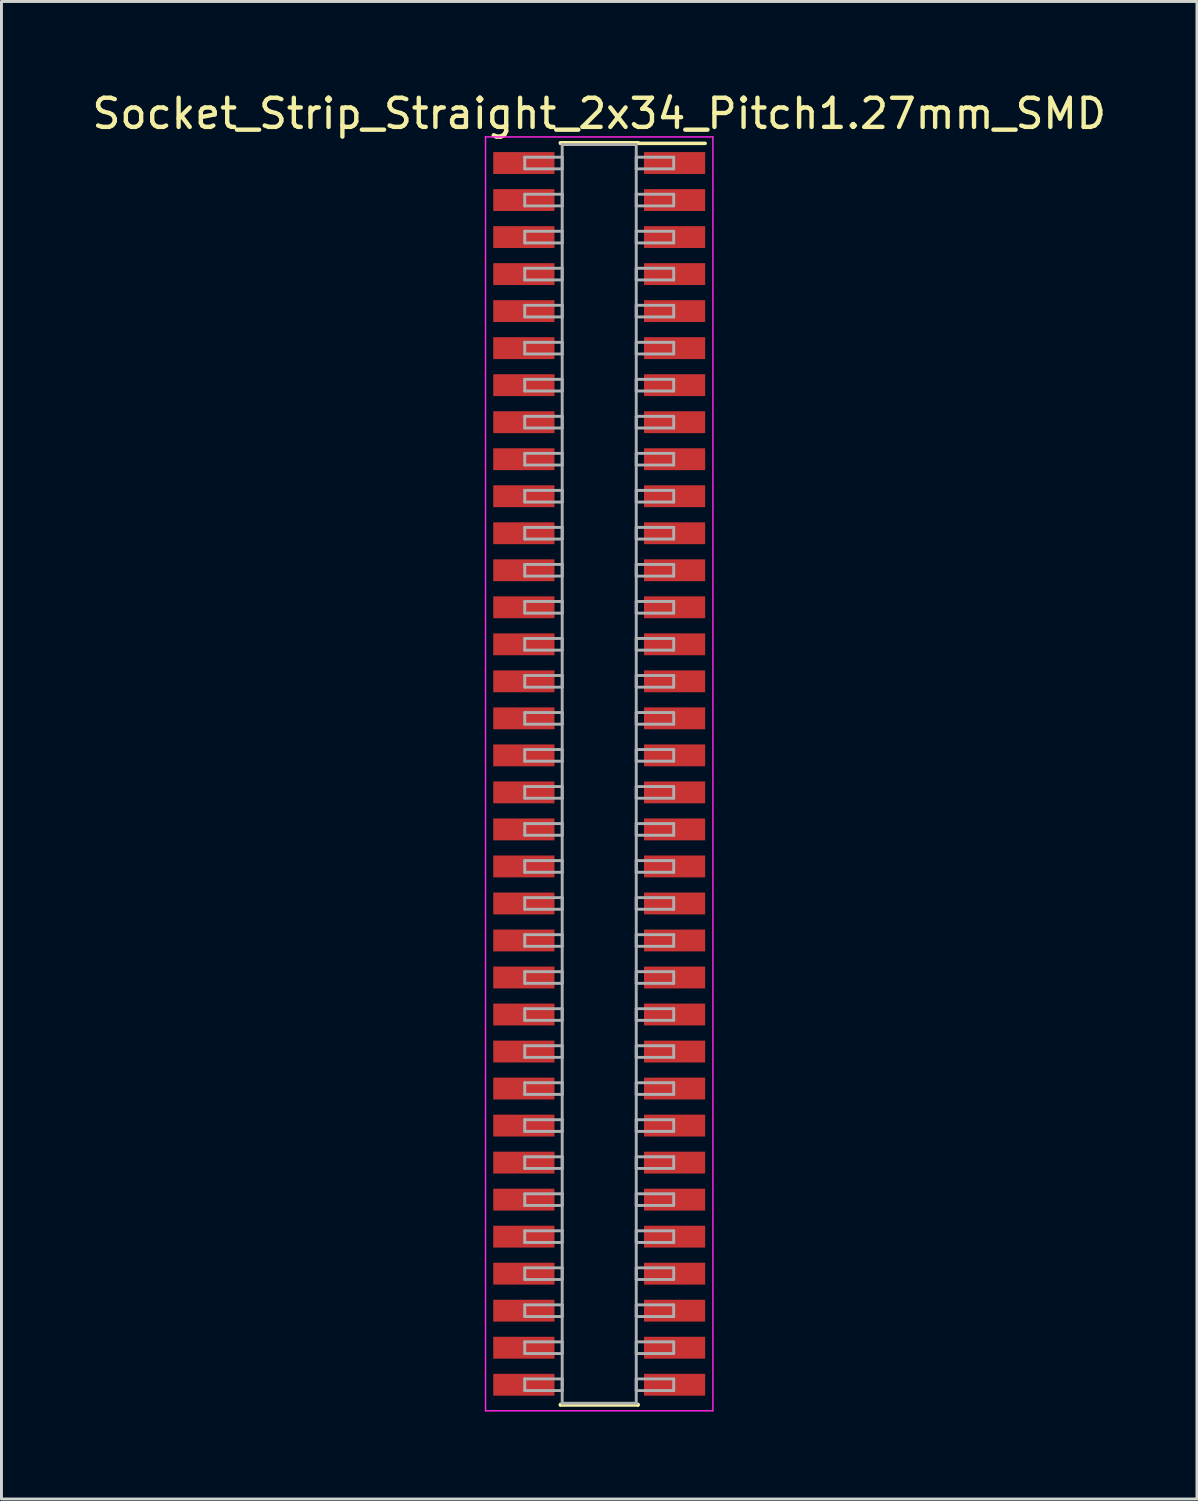
<source format=kicad_pcb>
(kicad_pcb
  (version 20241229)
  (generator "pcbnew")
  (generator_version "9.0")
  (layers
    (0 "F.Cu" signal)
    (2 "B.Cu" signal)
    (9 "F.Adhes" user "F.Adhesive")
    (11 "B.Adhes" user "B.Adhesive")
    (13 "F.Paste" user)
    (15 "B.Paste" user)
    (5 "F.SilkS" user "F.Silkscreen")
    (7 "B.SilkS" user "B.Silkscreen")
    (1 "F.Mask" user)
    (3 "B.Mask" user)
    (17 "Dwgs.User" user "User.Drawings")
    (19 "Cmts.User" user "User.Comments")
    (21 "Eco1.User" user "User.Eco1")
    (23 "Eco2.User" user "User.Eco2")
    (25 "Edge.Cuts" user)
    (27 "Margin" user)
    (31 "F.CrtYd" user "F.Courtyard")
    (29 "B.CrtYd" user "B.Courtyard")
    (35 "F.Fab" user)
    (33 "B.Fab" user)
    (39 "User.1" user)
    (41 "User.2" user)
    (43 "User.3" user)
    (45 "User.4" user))
  (footprint "Socket_Strip_Straight_2x34_Pitch1.27mm_SMD"
    (layer "F.Cu")
    (at 17.506 23.498)
    (property "Reference" "Socket_Strip_Straight_2x34_Pitch1.27mm_SMD" (at 0 -22.65 0) (layer "F.SilkS") (effects (font (size 1 1) (thickness 0.15))))
    (attr smd)
    (fp_line (start -1.33 -21.65) (end 1.33 -21.65) (stroke (width 0.12) (type solid)) (layer "F.SilkS"))
    (fp_line (start -1.33 -21.63) (end -1.33 -21.65) (stroke (width 0.12) (type solid)) (layer "F.SilkS"))
    (fp_line (start -1.33 21.63) (end -1.33 21.65) (stroke (width 0.12) (type solid)) (layer "F.SilkS"))
    (fp_line (start -1.33 21.65) (end 1.33 21.65) (stroke (width 0.12) (type solid)) (layer "F.SilkS"))
    (fp_line (start 1.33 -21.65) (end 1.33 -21.63) (stroke (width 0.12) (type solid)) (layer "F.SilkS"))
    (fp_line (start 1.33 21.65) (end 1.33 21.63) (stroke (width 0.12) (type solid)) (layer "F.SilkS"))
    (fp_line (start 3.635 -21.63) (end 1.33 -21.63) (stroke (width 0.12) (type solid)) (layer "F.SilkS"))
    (fp_line (start -3.9 -21.85) (end -3.9 21.85) (stroke (width 0.05) (type solid)) (layer "F.CrtYd"))
    (fp_line (start -3.9 21.85) (end 3.9 21.85) (stroke (width 0.05) (type solid)) (layer "F.CrtYd"))
    (fp_line (start 3.9 -21.85) (end -3.9 -21.85) (stroke (width 0.05) (type solid)) (layer "F.CrtYd"))
    (fp_line (start 3.9 21.85) (end 3.9 -21.85) (stroke (width 0.05) (type solid)) (layer "F.CrtYd"))
    (fp_line (start -2.555 -21.155) (end -1.27 -21.155) (stroke (width 0.1) (type solid)) (layer "F.Fab"))
    (fp_line (start -2.555 -20.755) (end -2.555 -21.155) (stroke (width 0.1) (type solid)) (layer "F.Fab"))
    (fp_line (start -2.555 -19.885) (end -1.27 -19.885) (stroke (width 0.1) (type solid)) (layer "F.Fab"))
    (fp_line (start -2.555 -19.485) (end -2.555 -19.885) (stroke (width 0.1) (type solid)) (layer "F.Fab"))
    (fp_line (start -2.555 -18.615) (end -1.27 -18.615) (stroke (width 0.1) (type solid)) (layer "F.Fab"))
    (fp_line (start -2.555 -18.215) (end -2.555 -18.615) (stroke (width 0.1) (type solid)) (layer "F.Fab"))
    (fp_line (start -2.555 -17.345) (end -1.27 -17.345) (stroke (width 0.1) (type solid)) (layer "F.Fab"))
    (fp_line (start -2.555 -16.945) (end -2.555 -17.345) (stroke (width 0.1) (type solid)) (layer "F.Fab"))
    (fp_line (start -2.555 -16.075) (end -1.27 -16.075) (stroke (width 0.1) (type solid)) (layer "F.Fab"))
    (fp_line (start -2.555 -15.675) (end -2.555 -16.075) (stroke (width 0.1) (type solid)) (layer "F.Fab"))
    (fp_line (start -2.555 -14.805) (end -1.27 -14.805) (stroke (width 0.1) (type solid)) (layer "F.Fab"))
    (fp_line (start -2.555 -14.405) (end -2.555 -14.805) (stroke (width 0.1) (type solid)) (layer "F.Fab"))
    (fp_line (start -2.555 -13.535) (end -1.27 -13.535) (stroke (width 0.1) (type solid)) (layer "F.Fab"))
    (fp_line (start -2.555 -13.135) (end -2.555 -13.535) (stroke (width 0.1) (type solid)) (layer "F.Fab"))
    (fp_line (start -2.555 -12.265) (end -1.27 -12.265) (stroke (width 0.1) (type solid)) (layer "F.Fab"))
    (fp_line (start -2.555 -11.865) (end -2.555 -12.265) (stroke (width 0.1) (type solid)) (layer "F.Fab"))
    (fp_line (start -2.555 -10.995) (end -1.27 -10.995) (stroke (width 0.1) (type solid)) (layer "F.Fab"))
    (fp_line (start -2.555 -10.595) (end -2.555 -10.995) (stroke (width 0.1) (type solid)) (layer "F.Fab"))
    (fp_line (start -2.555 -9.725) (end -1.27 -9.725) (stroke (width 0.1) (type solid)) (layer "F.Fab"))
    (fp_line (start -2.555 -9.325) (end -2.555 -9.725) (stroke (width 0.1) (type solid)) (layer "F.Fab"))
    (fp_line (start -2.555 -8.455) (end -1.27 -8.455) (stroke (width 0.1) (type solid)) (layer "F.Fab"))
    (fp_line (start -2.555 -8.055) (end -2.555 -8.455) (stroke (width 0.1) (type solid)) (layer "F.Fab"))
    (fp_line (start -2.555 -7.185) (end -1.27 -7.185) (stroke (width 0.1) (type solid)) (layer "F.Fab"))
    (fp_line (start -2.555 -6.785) (end -2.555 -7.185) (stroke (width 0.1) (type solid)) (layer "F.Fab"))
    (fp_line (start -2.555 -5.915) (end -1.27 -5.915) (stroke (width 0.1) (type solid)) (layer "F.Fab"))
    (fp_line (start -2.555 -5.515) (end -2.555 -5.915) (stroke (width 0.1) (type solid)) (layer "F.Fab"))
    (fp_line (start -2.555 -4.645) (end -1.27 -4.645) (stroke (width 0.1) (type solid)) (layer "F.Fab"))
    (fp_line (start -2.555 -4.245) (end -2.555 -4.645) (stroke (width 0.1) (type solid)) (layer "F.Fab"))
    (fp_line (start -2.555 -3.375) (end -1.27 -3.375) (stroke (width 0.1) (type solid)) (layer "F.Fab"))
    (fp_line (start -2.555 -2.975) (end -2.555 -3.375) (stroke (width 0.1) (type solid)) (layer "F.Fab"))
    (fp_line (start -2.555 -2.105) (end -1.27 -2.105) (stroke (width 0.1) (type solid)) (layer "F.Fab"))
    (fp_line (start -2.555 -1.705) (end -2.555 -2.105) (stroke (width 0.1) (type solid)) (layer "F.Fab"))
    (fp_line (start -2.555 -0.835) (end -1.27 -0.835) (stroke (width 0.1) (type solid)) (layer "F.Fab"))
    (fp_line (start -2.555 -0.435) (end -2.555 -0.835) (stroke (width 0.1) (type solid)) (layer "F.Fab"))
    (fp_line (start -2.555 0.435) (end -1.27 0.435) (stroke (width 0.1) (type solid)) (layer "F.Fab"))
    (fp_line (start -2.555 0.835) (end -2.555 0.435) (stroke (width 0.1) (type solid)) (layer "F.Fab"))
    (fp_line (start -2.555 1.705) (end -1.27 1.705) (stroke (width 0.1) (type solid)) (layer "F.Fab"))
    (fp_line (start -2.555 2.105) (end -2.555 1.705) (stroke (width 0.1) (type solid)) (layer "F.Fab"))
    (fp_line (start -2.555 2.975) (end -1.27 2.975) (stroke (width 0.1) (type solid)) (layer "F.Fab"))
    (fp_line (start -2.555 3.375) (end -2.555 2.975) (stroke (width 0.1) (type solid)) (layer "F.Fab"))
    (fp_line (start -2.555 4.245) (end -1.27 4.245) (stroke (width 0.1) (type solid)) (layer "F.Fab"))
    (fp_line (start -2.555 4.645) (end -2.555 4.245) (stroke (width 0.1) (type solid)) (layer "F.Fab"))
    (fp_line (start -2.555 5.515) (end -1.27 5.515) (stroke (width 0.1) (type solid)) (layer "F.Fab"))
    (fp_line (start -2.555 5.915) (end -2.555 5.515) (stroke (width 0.1) (type solid)) (layer "F.Fab"))
    (fp_line (start -2.555 6.785) (end -1.27 6.785) (stroke (width 0.1) (type solid)) (layer "F.Fab"))
    (fp_line (start -2.555 7.185) (end -2.555 6.785) (stroke (width 0.1) (type solid)) (layer "F.Fab"))
    (fp_line (start -2.555 8.055) (end -1.27 8.055) (stroke (width 0.1) (type solid)) (layer "F.Fab"))
    (fp_line (start -2.555 8.455) (end -2.555 8.055) (stroke (width 0.1) (type solid)) (layer "F.Fab"))
    (fp_line (start -2.555 9.325) (end -1.27 9.325) (stroke (width 0.1) (type solid)) (layer "F.Fab"))
    (fp_line (start -2.555 9.725) (end -2.555 9.325) (stroke (width 0.1) (type solid)) (layer "F.Fab"))
    (fp_line (start -2.555 10.595) (end -1.27 10.595) (stroke (width 0.1) (type solid)) (layer "F.Fab"))
    (fp_line (start -2.555 10.995) (end -2.555 10.595) (stroke (width 0.1) (type solid)) (layer "F.Fab"))
    (fp_line (start -2.555 11.865) (end -1.27 11.865) (stroke (width 0.1) (type solid)) (layer "F.Fab"))
    (fp_line (start -2.555 12.265) (end -2.555 11.865) (stroke (width 0.1) (type solid)) (layer "F.Fab"))
    (fp_line (start -2.555 13.135) (end -1.27 13.135) (stroke (width 0.1) (type solid)) (layer "F.Fab"))
    (fp_line (start -2.555 13.535) (end -2.555 13.135) (stroke (width 0.1) (type solid)) (layer "F.Fab"))
    (fp_line (start -2.555 14.405) (end -1.27 14.405) (stroke (width 0.1) (type solid)) (layer "F.Fab"))
    (fp_line (start -2.555 14.805) (end -2.555 14.405) (stroke (width 0.1) (type solid)) (layer "F.Fab"))
    (fp_line (start -2.555 15.675) (end -1.27 15.675) (stroke (width 0.1) (type solid)) (layer "F.Fab"))
    (fp_line (start -2.555 16.075) (end -2.555 15.675) (stroke (width 0.1) (type solid)) (layer "F.Fab"))
    (fp_line (start -2.555 16.945) (end -1.27 16.945) (stroke (width 0.1) (type solid)) (layer "F.Fab"))
    (fp_line (start -2.555 17.345) (end -2.555 16.945) (stroke (width 0.1) (type solid)) (layer "F.Fab"))
    (fp_line (start -2.555 18.215) (end -1.27 18.215) (stroke (width 0.1) (type solid)) (layer "F.Fab"))
    (fp_line (start -2.555 18.615) (end -2.555 18.215) (stroke (width 0.1) (type solid)) (layer "F.Fab"))
    (fp_line (start -2.555 19.485) (end -1.27 19.485) (stroke (width 0.1) (type solid)) (layer "F.Fab"))
    (fp_line (start -2.555 19.885) (end -2.555 19.485) (stroke (width 0.1) (type solid)) (layer "F.Fab"))
    (fp_line (start -2.555 20.755) (end -1.27 20.755) (stroke (width 0.1) (type solid)) (layer "F.Fab"))
    (fp_line (start -2.555 21.155) (end -2.555 20.755) (stroke (width 0.1) (type solid)) (layer "F.Fab"))
    (fp_line (start -1.27 -21.59) (end -1.27 21.59) (stroke (width 0.1) (type solid)) (layer "F.Fab"))
    (fp_line (start -1.27 -21.155) (end -1.27 -20.755) (stroke (width 0.1) (type solid)) (layer "F.Fab"))
    (fp_line (start -1.27 -20.755) (end -2.555 -20.755) (stroke (width 0.1) (type solid)) (layer "F.Fab"))
    (fp_line (start -1.27 -19.885) (end -1.27 -19.485) (stroke (width 0.1) (type solid)) (layer "F.Fab"))
    (fp_line (start -1.27 -19.485) (end -2.555 -19.485) (stroke (width 0.1) (type solid)) (layer "F.Fab"))
    (fp_line (start -1.27 -18.615) (end -1.27 -18.215) (stroke (width 0.1) (type solid)) (layer "F.Fab"))
    (fp_line (start -1.27 -18.215) (end -2.555 -18.215) (stroke (width 0.1) (type solid)) (layer "F.Fab"))
    (fp_line (start -1.27 -17.345) (end -1.27 -16.945) (stroke (width 0.1) (type solid)) (layer "F.Fab"))
    (fp_line (start -1.27 -16.945) (end -2.555 -16.945) (stroke (width 0.1) (type solid)) (layer "F.Fab"))
    (fp_line (start -1.27 -16.075) (end -1.27 -15.675) (stroke (width 0.1) (type solid)) (layer "F.Fab"))
    (fp_line (start -1.27 -15.675) (end -2.555 -15.675) (stroke (width 0.1) (type solid)) (layer "F.Fab"))
    (fp_line (start -1.27 -14.805) (end -1.27 -14.405) (stroke (width 0.1) (type solid)) (layer "F.Fab"))
    (fp_line (start -1.27 -14.405) (end -2.555 -14.405) (stroke (width 0.1) (type solid)) (layer "F.Fab"))
    (fp_line (start -1.27 -13.535) (end -1.27 -13.135) (stroke (width 0.1) (type solid)) (layer "F.Fab"))
    (fp_line (start -1.27 -13.135) (end -2.555 -13.135) (stroke (width 0.1) (type solid)) (layer "F.Fab"))
    (fp_line (start -1.27 -12.265) (end -1.27 -11.865) (stroke (width 0.1) (type solid)) (layer "F.Fab"))
    (fp_line (start -1.27 -11.865) (end -2.555 -11.865) (stroke (width 0.1) (type solid)) (layer "F.Fab"))
    (fp_line (start -1.27 -10.995) (end -1.27 -10.595) (stroke (width 0.1) (type solid)) (layer "F.Fab"))
    (fp_line (start -1.27 -10.595) (end -2.555 -10.595) (stroke (width 0.1) (type solid)) (layer "F.Fab"))
    (fp_line (start -1.27 -9.725) (end -1.27 -9.325) (stroke (width 0.1) (type solid)) (layer "F.Fab"))
    (fp_line (start -1.27 -9.325) (end -2.555 -9.325) (stroke (width 0.1) (type solid)) (layer "F.Fab"))
    (fp_line (start -1.27 -8.455) (end -1.27 -8.055) (stroke (width 0.1) (type solid)) (layer "F.Fab"))
    (fp_line (start -1.27 -8.055) (end -2.555 -8.055) (stroke (width 0.1) (type solid)) (layer "F.Fab"))
    (fp_line (start -1.27 -7.185) (end -1.27 -6.785) (stroke (width 0.1) (type solid)) (layer "F.Fab"))
    (fp_line (start -1.27 -6.785) (end -2.555 -6.785) (stroke (width 0.1) (type solid)) (layer "F.Fab"))
    (fp_line (start -1.27 -5.915) (end -1.27 -5.515) (stroke (width 0.1) (type solid)) (layer "F.Fab"))
    (fp_line (start -1.27 -5.515) (end -2.555 -5.515) (stroke (width 0.1) (type solid)) (layer "F.Fab"))
    (fp_line (start -1.27 -4.645) (end -1.27 -4.245) (stroke (width 0.1) (type solid)) (layer "F.Fab"))
    (fp_line (start -1.27 -4.245) (end -2.555 -4.245) (stroke (width 0.1) (type solid)) (layer "F.Fab"))
    (fp_line (start -1.27 -3.375) (end -1.27 -2.975) (stroke (width 0.1) (type solid)) (layer "F.Fab"))
    (fp_line (start -1.27 -2.975) (end -2.555 -2.975) (stroke (width 0.1) (type solid)) (layer "F.Fab"))
    (fp_line (start -1.27 -2.105) (end -1.27 -1.705) (stroke (width 0.1) (type solid)) (layer "F.Fab"))
    (fp_line (start -1.27 -1.705) (end -2.555 -1.705) (stroke (width 0.1) (type solid)) (layer "F.Fab"))
    (fp_line (start -1.27 -0.835) (end -1.27 -0.435) (stroke (width 0.1) (type solid)) (layer "F.Fab"))
    (fp_line (start -1.27 -0.435) (end -2.555 -0.435) (stroke (width 0.1) (type solid)) (layer "F.Fab"))
    (fp_line (start -1.27 0.435) (end -1.27 0.835) (stroke (width 0.1) (type solid)) (layer "F.Fab"))
    (fp_line (start -1.27 0.835) (end -2.555 0.835) (stroke (width 0.1) (type solid)) (layer "F.Fab"))
    (fp_line (start -1.27 1.705) (end -1.27 2.105) (stroke (width 0.1) (type solid)) (layer "F.Fab"))
    (fp_line (start -1.27 2.105) (end -2.555 2.105) (stroke (width 0.1) (type solid)) (layer "F.Fab"))
    (fp_line (start -1.27 2.975) (end -1.27 3.375) (stroke (width 0.1) (type solid)) (layer "F.Fab"))
    (fp_line (start -1.27 3.375) (end -2.555 3.375) (stroke (width 0.1) (type solid)) (layer "F.Fab"))
    (fp_line (start -1.27 4.245) (end -1.27 4.645) (stroke (width 0.1) (type solid)) (layer "F.Fab"))
    (fp_line (start -1.27 4.645) (end -2.555 4.645) (stroke (width 0.1) (type solid)) (layer "F.Fab"))
    (fp_line (start -1.27 5.515) (end -1.27 5.915) (stroke (width 0.1) (type solid)) (layer "F.Fab"))
    (fp_line (start -1.27 5.915) (end -2.555 5.915) (stroke (width 0.1) (type solid)) (layer "F.Fab"))
    (fp_line (start -1.27 6.785) (end -1.27 7.185) (stroke (width 0.1) (type solid)) (layer "F.Fab"))
    (fp_line (start -1.27 7.185) (end -2.555 7.185) (stroke (width 0.1) (type solid)) (layer "F.Fab"))
    (fp_line (start -1.27 8.055) (end -1.27 8.455) (stroke (width 0.1) (type solid)) (layer "F.Fab"))
    (fp_line (start -1.27 8.455) (end -2.555 8.455) (stroke (width 0.1) (type solid)) (layer "F.Fab"))
    (fp_line (start -1.27 9.325) (end -1.27 9.725) (stroke (width 0.1) (type solid)) (layer "F.Fab"))
    (fp_line (start -1.27 9.725) (end -2.555 9.725) (stroke (width 0.1) (type solid)) (layer "F.Fab"))
    (fp_line (start -1.27 10.595) (end -1.27 10.995) (stroke (width 0.1) (type solid)) (layer "F.Fab"))
    (fp_line (start -1.27 10.995) (end -2.555 10.995) (stroke (width 0.1) (type solid)) (layer "F.Fab"))
    (fp_line (start -1.27 11.865) (end -1.27 12.265) (stroke (width 0.1) (type solid)) (layer "F.Fab"))
    (fp_line (start -1.27 12.265) (end -2.555 12.265) (stroke (width 0.1) (type solid)) (layer "F.Fab"))
    (fp_line (start -1.27 13.135) (end -1.27 13.535) (stroke (width 0.1) (type solid)) (layer "F.Fab"))
    (fp_line (start -1.27 13.535) (end -2.555 13.535) (stroke (width 0.1) (type solid)) (layer "F.Fab"))
    (fp_line (start -1.27 14.405) (end -1.27 14.805) (stroke (width 0.1) (type solid)) (layer "F.Fab"))
    (fp_line (start -1.27 14.805) (end -2.555 14.805) (stroke (width 0.1) (type solid)) (layer "F.Fab"))
    (fp_line (start -1.27 15.675) (end -1.27 16.075) (stroke (width 0.1) (type solid)) (layer "F.Fab"))
    (fp_line (start -1.27 16.075) (end -2.555 16.075) (stroke (width 0.1) (type solid)) (layer "F.Fab"))
    (fp_line (start -1.27 16.945) (end -1.27 17.345) (stroke (width 0.1) (type solid)) (layer "F.Fab"))
    (fp_line (start -1.27 17.345) (end -2.555 17.345) (stroke (width 0.1) (type solid)) (layer "F.Fab"))
    (fp_line (start -1.27 18.215) (end -1.27 18.615) (stroke (width 0.1) (type solid)) (layer "F.Fab"))
    (fp_line (start -1.27 18.615) (end -2.555 18.615) (stroke (width 0.1) (type solid)) (layer "F.Fab"))
    (fp_line (start -1.27 19.485) (end -1.27 19.885) (stroke (width 0.1) (type solid)) (layer "F.Fab"))
    (fp_line (start -1.27 19.885) (end -2.555 19.885) (stroke (width 0.1) (type solid)) (layer "F.Fab"))
    (fp_line (start -1.27 20.755) (end -1.27 21.155) (stroke (width 0.1) (type solid)) (layer "F.Fab"))
    (fp_line (start -1.27 21.155) (end -2.555 21.155) (stroke (width 0.1) (type solid)) (layer "F.Fab"))
    (fp_line (start -1.27 21.59) (end 1.27 21.59) (stroke (width 0.1) (type solid)) (layer "F.Fab"))
    (fp_line (start 1.27 -21.59) (end -1.27 -21.59) (stroke (width 0.1) (type solid)) (layer "F.Fab"))
    (fp_line (start 1.27 -21.155) (end 1.27 -20.755) (stroke (width 0.1) (type solid)) (layer "F.Fab"))
    (fp_line (start 1.27 -20.755) (end 2.555 -20.755) (stroke (width 0.1) (type solid)) (layer "F.Fab"))
    (fp_line (start 1.27 -19.885) (end 1.27 -19.485) (stroke (width 0.1) (type solid)) (layer "F.Fab"))
    (fp_line (start 1.27 -19.485) (end 2.555 -19.485) (stroke (width 0.1) (type solid)) (layer "F.Fab"))
    (fp_line (start 1.27 -18.615) (end 1.27 -18.215) (stroke (width 0.1) (type solid)) (layer "F.Fab"))
    (fp_line (start 1.27 -18.215) (end 2.555 -18.215) (stroke (width 0.1) (type solid)) (layer "F.Fab"))
    (fp_line (start 1.27 -17.345) (end 1.27 -16.945) (stroke (width 0.1) (type solid)) (layer "F.Fab"))
    (fp_line (start 1.27 -16.945) (end 2.555 -16.945) (stroke (width 0.1) (type solid)) (layer "F.Fab"))
    (fp_line (start 1.27 -16.075) (end 1.27 -15.675) (stroke (width 0.1) (type solid)) (layer "F.Fab"))
    (fp_line (start 1.27 -15.675) (end 2.555 -15.675) (stroke (width 0.1) (type solid)) (layer "F.Fab"))
    (fp_line (start 1.27 -14.805) (end 1.27 -14.405) (stroke (width 0.1) (type solid)) (layer "F.Fab"))
    (fp_line (start 1.27 -14.405) (end 2.555 -14.405) (stroke (width 0.1) (type solid)) (layer "F.Fab"))
    (fp_line (start 1.27 -13.535) (end 1.27 -13.135) (stroke (width 0.1) (type solid)) (layer "F.Fab"))
    (fp_line (start 1.27 -13.135) (end 2.555 -13.135) (stroke (width 0.1) (type solid)) (layer "F.Fab"))
    (fp_line (start 1.27 -12.265) (end 1.27 -11.865) (stroke (width 0.1) (type solid)) (layer "F.Fab"))
    (fp_line (start 1.27 -11.865) (end 2.555 -11.865) (stroke (width 0.1) (type solid)) (layer "F.Fab"))
    (fp_line (start 1.27 -10.995) (end 1.27 -10.595) (stroke (width 0.1) (type solid)) (layer "F.Fab"))
    (fp_line (start 1.27 -10.595) (end 2.555 -10.595) (stroke (width 0.1) (type solid)) (layer "F.Fab"))
    (fp_line (start 1.27 -9.725) (end 1.27 -9.325) (stroke (width 0.1) (type solid)) (layer "F.Fab"))
    (fp_line (start 1.27 -9.325) (end 2.555 -9.325) (stroke (width 0.1) (type solid)) (layer "F.Fab"))
    (fp_line (start 1.27 -8.455) (end 1.27 -8.055) (stroke (width 0.1) (type solid)) (layer "F.Fab"))
    (fp_line (start 1.27 -8.055) (end 2.555 -8.055) (stroke (width 0.1) (type solid)) (layer "F.Fab"))
    (fp_line (start 1.27 -7.185) (end 1.27 -6.785) (stroke (width 0.1) (type solid)) (layer "F.Fab"))
    (fp_line (start 1.27 -6.785) (end 2.555 -6.785) (stroke (width 0.1) (type solid)) (layer "F.Fab"))
    (fp_line (start 1.27 -5.915) (end 1.27 -5.515) (stroke (width 0.1) (type solid)) (layer "F.Fab"))
    (fp_line (start 1.27 -5.515) (end 2.555 -5.515) (stroke (width 0.1) (type solid)) (layer "F.Fab"))
    (fp_line (start 1.27 -4.645) (end 1.27 -4.245) (stroke (width 0.1) (type solid)) (layer "F.Fab"))
    (fp_line (start 1.27 -4.245) (end 2.555 -4.245) (stroke (width 0.1) (type solid)) (layer "F.Fab"))
    (fp_line (start 1.27 -3.375) (end 1.27 -2.975) (stroke (width 0.1) (type solid)) (layer "F.Fab"))
    (fp_line (start 1.27 -2.975) (end 2.555 -2.975) (stroke (width 0.1) (type solid)) (layer "F.Fab"))
    (fp_line (start 1.27 -2.105) (end 1.27 -1.705) (stroke (width 0.1) (type solid)) (layer "F.Fab"))
    (fp_line (start 1.27 -1.705) (end 2.555 -1.705) (stroke (width 0.1) (type solid)) (layer "F.Fab"))
    (fp_line (start 1.27 -0.835) (end 1.27 -0.435) (stroke (width 0.1) (type solid)) (layer "F.Fab"))
    (fp_line (start 1.27 -0.435) (end 2.555 -0.435) (stroke (width 0.1) (type solid)) (layer "F.Fab"))
    (fp_line (start 1.27 0.435) (end 1.27 0.835) (stroke (width 0.1) (type solid)) (layer "F.Fab"))
    (fp_line (start 1.27 0.835) (end 2.555 0.835) (stroke (width 0.1) (type solid)) (layer "F.Fab"))
    (fp_line (start 1.27 1.705) (end 1.27 2.105) (stroke (width 0.1) (type solid)) (layer "F.Fab"))
    (fp_line (start 1.27 2.105) (end 2.555 2.105) (stroke (width 0.1) (type solid)) (layer "F.Fab"))
    (fp_line (start 1.27 2.975) (end 1.27 3.375) (stroke (width 0.1) (type solid)) (layer "F.Fab"))
    (fp_line (start 1.27 3.375) (end 2.555 3.375) (stroke (width 0.1) (type solid)) (layer "F.Fab"))
    (fp_line (start 1.27 4.245) (end 1.27 4.645) (stroke (width 0.1) (type solid)) (layer "F.Fab"))
    (fp_line (start 1.27 4.645) (end 2.555 4.645) (stroke (width 0.1) (type solid)) (layer "F.Fab"))
    (fp_line (start 1.27 5.515) (end 1.27 5.915) (stroke (width 0.1) (type solid)) (layer "F.Fab"))
    (fp_line (start 1.27 5.915) (end 2.555 5.915) (stroke (width 0.1) (type solid)) (layer "F.Fab"))
    (fp_line (start 1.27 6.785) (end 1.27 7.185) (stroke (width 0.1) (type solid)) (layer "F.Fab"))
    (fp_line (start 1.27 7.185) (end 2.555 7.185) (stroke (width 0.1) (type solid)) (layer "F.Fab"))
    (fp_line (start 1.27 8.055) (end 1.27 8.455) (stroke (width 0.1) (type solid)) (layer "F.Fab"))
    (fp_line (start 1.27 8.455) (end 2.555 8.455) (stroke (width 0.1) (type solid)) (layer "F.Fab"))
    (fp_line (start 1.27 9.325) (end 1.27 9.725) (stroke (width 0.1) (type solid)) (layer "F.Fab"))
    (fp_line (start 1.27 9.725) (end 2.555 9.725) (stroke (width 0.1) (type solid)) (layer "F.Fab"))
    (fp_line (start 1.27 10.595) (end 1.27 10.995) (stroke (width 0.1) (type solid)) (layer "F.Fab"))
    (fp_line (start 1.27 10.995) (end 2.555 10.995) (stroke (width 0.1) (type solid)) (layer "F.Fab"))
    (fp_line (start 1.27 11.865) (end 1.27 12.265) (stroke (width 0.1) (type solid)) (layer "F.Fab"))
    (fp_line (start 1.27 12.265) (end 2.555 12.265) (stroke (width 0.1) (type solid)) (layer "F.Fab"))
    (fp_line (start 1.27 13.135) (end 1.27 13.535) (stroke (width 0.1) (type solid)) (layer "F.Fab"))
    (fp_line (start 1.27 13.535) (end 2.555 13.535) (stroke (width 0.1) (type solid)) (layer "F.Fab"))
    (fp_line (start 1.27 14.405) (end 1.27 14.805) (stroke (width 0.1) (type solid)) (layer "F.Fab"))
    (fp_line (start 1.27 14.805) (end 2.555 14.805) (stroke (width 0.1) (type solid)) (layer "F.Fab"))
    (fp_line (start 1.27 15.675) (end 1.27 16.075) (stroke (width 0.1) (type solid)) (layer "F.Fab"))
    (fp_line (start 1.27 16.075) (end 2.555 16.075) (stroke (width 0.1) (type solid)) (layer "F.Fab"))
    (fp_line (start 1.27 16.945) (end 1.27 17.345) (stroke (width 0.1) (type solid)) (layer "F.Fab"))
    (fp_line (start 1.27 17.345) (end 2.555 17.345) (stroke (width 0.1) (type solid)) (layer "F.Fab"))
    (fp_line (start 1.27 18.215) (end 1.27 18.615) (stroke (width 0.1) (type solid)) (layer "F.Fab"))
    (fp_line (start 1.27 18.615) (end 2.555 18.615) (stroke (width 0.1) (type solid)) (layer "F.Fab"))
    (fp_line (start 1.27 19.485) (end 1.27 19.885) (stroke (width 0.1) (type solid)) (layer "F.Fab"))
    (fp_line (start 1.27 19.885) (end 2.555 19.885) (stroke (width 0.1) (type solid)) (layer "F.Fab"))
    (fp_line (start 1.27 20.755) (end 1.27 21.155) (stroke (width 0.1) (type solid)) (layer "F.Fab"))
    (fp_line (start 1.27 21.155) (end 2.555 21.155) (stroke (width 0.1) (type solid)) (layer "F.Fab"))
    (fp_line (start 1.27 21.59) (end 1.27 -21.59) (stroke (width 0.1) (type solid)) (layer "F.Fab"))
    (fp_line (start 2.555 -21.155) (end 1.27 -21.155) (stroke (width 0.1) (type solid)) (layer "F.Fab"))
    (fp_line (start 2.555 -20.755) (end 2.555 -21.155) (stroke (width 0.1) (type solid)) (layer "F.Fab"))
    (fp_line (start 2.555 -19.885) (end 1.27 -19.885) (stroke (width 0.1) (type solid)) (layer "F.Fab"))
    (fp_line (start 2.555 -19.485) (end 2.555 -19.885) (stroke (width 0.1) (type solid)) (layer "F.Fab"))
    (fp_line (start 2.555 -18.615) (end 1.27 -18.615) (stroke (width 0.1) (type solid)) (layer "F.Fab"))
    (fp_line (start 2.555 -18.215) (end 2.555 -18.615) (stroke (width 0.1) (type solid)) (layer "F.Fab"))
    (fp_line (start 2.555 -17.345) (end 1.27 -17.345) (stroke (width 0.1) (type solid)) (layer "F.Fab"))
    (fp_line (start 2.555 -16.945) (end 2.555 -17.345) (stroke (width 0.1) (type solid)) (layer "F.Fab"))
    (fp_line (start 2.555 -16.075) (end 1.27 -16.075) (stroke (width 0.1) (type solid)) (layer "F.Fab"))
    (fp_line (start 2.555 -15.675) (end 2.555 -16.075) (stroke (width 0.1) (type solid)) (layer "F.Fab"))
    (fp_line (start 2.555 -14.805) (end 1.27 -14.805) (stroke (width 0.1) (type solid)) (layer "F.Fab"))
    (fp_line (start 2.555 -14.405) (end 2.555 -14.805) (stroke (width 0.1) (type solid)) (layer "F.Fab"))
    (fp_line (start 2.555 -13.535) (end 1.27 -13.535) (stroke (width 0.1) (type solid)) (layer "F.Fab"))
    (fp_line (start 2.555 -13.135) (end 2.555 -13.535) (stroke (width 0.1) (type solid)) (layer "F.Fab"))
    (fp_line (start 2.555 -12.265) (end 1.27 -12.265) (stroke (width 0.1) (type solid)) (layer "F.Fab"))
    (fp_line (start 2.555 -11.865) (end 2.555 -12.265) (stroke (width 0.1) (type solid)) (layer "F.Fab"))
    (fp_line (start 2.555 -10.995) (end 1.27 -10.995) (stroke (width 0.1) (type solid)) (layer "F.Fab"))
    (fp_line (start 2.555 -10.595) (end 2.555 -10.995) (stroke (width 0.1) (type solid)) (layer "F.Fab"))
    (fp_line (start 2.555 -9.725) (end 1.27 -9.725) (stroke (width 0.1) (type solid)) (layer "F.Fab"))
    (fp_line (start 2.555 -9.325) (end 2.555 -9.725) (stroke (width 0.1) (type solid)) (layer "F.Fab"))
    (fp_line (start 2.555 -8.455) (end 1.27 -8.455) (stroke (width 0.1) (type solid)) (layer "F.Fab"))
    (fp_line (start 2.555 -8.055) (end 2.555 -8.455) (stroke (width 0.1) (type solid)) (layer "F.Fab"))
    (fp_line (start 2.555 -7.185) (end 1.27 -7.185) (stroke (width 0.1) (type solid)) (layer "F.Fab"))
    (fp_line (start 2.555 -6.785) (end 2.555 -7.185) (stroke (width 0.1) (type solid)) (layer "F.Fab"))
    (fp_line (start 2.555 -5.915) (end 1.27 -5.915) (stroke (width 0.1) (type solid)) (layer "F.Fab"))
    (fp_line (start 2.555 -5.515) (end 2.555 -5.915) (stroke (width 0.1) (type solid)) (layer "F.Fab"))
    (fp_line (start 2.555 -4.645) (end 1.27 -4.645) (stroke (width 0.1) (type solid)) (layer "F.Fab"))
    (fp_line (start 2.555 -4.245) (end 2.555 -4.645) (stroke (width 0.1) (type solid)) (layer "F.Fab"))
    (fp_line (start 2.555 -3.375) (end 1.27 -3.375) (stroke (width 0.1) (type solid)) (layer "F.Fab"))
    (fp_line (start 2.555 -2.975) (end 2.555 -3.375) (stroke (width 0.1) (type solid)) (layer "F.Fab"))
    (fp_line (start 2.555 -2.105) (end 1.27 -2.105) (stroke (width 0.1) (type solid)) (layer "F.Fab"))
    (fp_line (start 2.555 -1.705) (end 2.555 -2.105) (stroke (width 0.1) (type solid)) (layer "F.Fab"))
    (fp_line (start 2.555 -0.835) (end 1.27 -0.835) (stroke (width 0.1) (type solid)) (layer "F.Fab"))
    (fp_line (start 2.555 -0.435) (end 2.555 -0.835) (stroke (width 0.1) (type solid)) (layer "F.Fab"))
    (fp_line (start 2.555 0.435) (end 1.27 0.435) (stroke (width 0.1) (type solid)) (layer "F.Fab"))
    (fp_line (start 2.555 0.835) (end 2.555 0.435) (stroke (width 0.1) (type solid)) (layer "F.Fab"))
    (fp_line (start 2.555 1.705) (end 1.27 1.705) (stroke (width 0.1) (type solid)) (layer "F.Fab"))
    (fp_line (start 2.555 2.105) (end 2.555 1.705) (stroke (width 0.1) (type solid)) (layer "F.Fab"))
    (fp_line (start 2.555 2.975) (end 1.27 2.975) (stroke (width 0.1) (type solid)) (layer "F.Fab"))
    (fp_line (start 2.555 3.375) (end 2.555 2.975) (stroke (width 0.1) (type solid)) (layer "F.Fab"))
    (fp_line (start 2.555 4.245) (end 1.27 4.245) (stroke (width 0.1) (type solid)) (layer "F.Fab"))
    (fp_line (start 2.555 4.645) (end 2.555 4.245) (stroke (width 0.1) (type solid)) (layer "F.Fab"))
    (fp_line (start 2.555 5.515) (end 1.27 5.515) (stroke (width 0.1) (type solid)) (layer "F.Fab"))
    (fp_line (start 2.555 5.915) (end 2.555 5.515) (stroke (width 0.1) (type solid)) (layer "F.Fab"))
    (fp_line (start 2.555 6.785) (end 1.27 6.785) (stroke (width 0.1) (type solid)) (layer "F.Fab"))
    (fp_line (start 2.555 7.185) (end 2.555 6.785) (stroke (width 0.1) (type solid)) (layer "F.Fab"))
    (fp_line (start 2.555 8.055) (end 1.27 8.055) (stroke (width 0.1) (type solid)) (layer "F.Fab"))
    (fp_line (start 2.555 8.455) (end 2.555 8.055) (stroke (width 0.1) (type solid)) (layer "F.Fab"))
    (fp_line (start 2.555 9.325) (end 1.27 9.325) (stroke (width 0.1) (type solid)) (layer "F.Fab"))
    (fp_line (start 2.555 9.725) (end 2.555 9.325) (stroke (width 0.1) (type solid)) (layer "F.Fab"))
    (fp_line (start 2.555 10.595) (end 1.27 10.595) (stroke (width 0.1) (type solid)) (layer "F.Fab"))
    (fp_line (start 2.555 10.995) (end 2.555 10.595) (stroke (width 0.1) (type solid)) (layer "F.Fab"))
    (fp_line (start 2.555 11.865) (end 1.27 11.865) (stroke (width 0.1) (type solid)) (layer "F.Fab"))
    (fp_line (start 2.555 12.265) (end 2.555 11.865) (stroke (width 0.1) (type solid)) (layer "F.Fab"))
    (fp_line (start 2.555 13.135) (end 1.27 13.135) (stroke (width 0.1) (type solid)) (layer "F.Fab"))
    (fp_line (start 2.555 13.535) (end 2.555 13.135) (stroke (width 0.1) (type solid)) (layer "F.Fab"))
    (fp_line (start 2.555 14.405) (end 1.27 14.405) (stroke (width 0.1) (type solid)) (layer "F.Fab"))
    (fp_line (start 2.555 14.805) (end 2.555 14.405) (stroke (width 0.1) (type solid)) (layer "F.Fab"))
    (fp_line (start 2.555 15.675) (end 1.27 15.675) (stroke (width 0.1) (type solid)) (layer "F.Fab"))
    (fp_line (start 2.555 16.075) (end 2.555 15.675) (stroke (width 0.1) (type solid)) (layer "F.Fab"))
    (fp_line (start 2.555 16.945) (end 1.27 16.945) (stroke (width 0.1) (type solid)) (layer "F.Fab"))
    (fp_line (start 2.555 17.345) (end 2.555 16.945) (stroke (width 0.1) (type solid)) (layer "F.Fab"))
    (fp_line (start 2.555 18.215) (end 1.27 18.215) (stroke (width 0.1) (type solid)) (layer "F.Fab"))
    (fp_line (start 2.555 18.615) (end 2.555 18.215) (stroke (width 0.1) (type solid)) (layer "F.Fab"))
    (fp_line (start 2.555 19.485) (end 1.27 19.485) (stroke (width 0.1) (type solid)) (layer "F.Fab"))
    (fp_line (start 2.555 19.885) (end 2.555 19.485) (stroke (width 0.1) (type solid)) (layer "F.Fab"))
    (fp_line (start 2.555 20.755) (end 1.27 20.755) (stroke (width 0.1) (type solid)) (layer "F.Fab"))
    (fp_line (start 2.555 21.155) (end 2.555 20.755) (stroke (width 0.1) (type solid)) (layer "F.Fab"))
    (pad "1" smd rect (at 2.585 -20.955) (size 2.1 0.75) (layers "F.Cu" "F.Mask"))
    (pad "2" smd rect (at -2.585 -20.955) (size 2.1 0.75) (layers "F.Cu" "F.Mask"))
    (pad "3" smd rect (at 2.585 -19.685) (size 2.1 0.75) (layers "F.Cu" "F.Mask"))
    (pad "4" smd rect (at -2.585 -19.685) (size 2.1 0.75) (layers "F.Cu" "F.Mask"))
    (pad "5" smd rect (at 2.585 -18.415) (size 2.1 0.75) (layers "F.Cu" "F.Mask"))
    (pad "6" smd rect (at -2.585 -18.415) (size 2.1 0.75) (layers "F.Cu" "F.Mask"))
    (pad "7" smd rect (at 2.585 -17.145) (size 2.1 0.75) (layers "F.Cu" "F.Mask"))
    (pad "8" smd rect (at -2.585 -17.145) (size 2.1 0.75) (layers "F.Cu" "F.Mask"))
    (pad "9" smd rect (at 2.585 -15.875) (size 2.1 0.75) (layers "F.Cu" "F.Mask"))
    (pad "10" smd rect (at -2.585 -15.875) (size 2.1 0.75) (layers "F.Cu" "F.Mask"))
    (pad "11" smd rect (at 2.585 -14.605) (size 2.1 0.75) (layers "F.Cu" "F.Mask"))
    (pad "12" smd rect (at -2.585 -14.605) (size 2.1 0.75) (layers "F.Cu" "F.Mask"))
    (pad "13" smd rect (at 2.585 -13.335) (size 2.1 0.75) (layers "F.Cu" "F.Mask"))
    (pad "14" smd rect (at -2.585 -13.335) (size 2.1 0.75) (layers "F.Cu" "F.Mask"))
    (pad "15" smd rect (at 2.585 -12.065) (size 2.1 0.75) (layers "F.Cu" "F.Mask"))
    (pad "16" smd rect (at -2.585 -12.065) (size 2.1 0.75) (layers "F.Cu" "F.Mask"))
    (pad "17" smd rect (at 2.585 -10.795) (size 2.1 0.75) (layers "F.Cu" "F.Mask"))
    (pad "18" smd rect (at -2.585 -10.795) (size 2.1 0.75) (layers "F.Cu" "F.Mask"))
    (pad "19" smd rect (at 2.585 -9.525) (size 2.1 0.75) (layers "F.Cu" "F.Mask"))
    (pad "20" smd rect (at -2.585 -9.525) (size 2.1 0.75) (layers "F.Cu" "F.Mask"))
    (pad "21" smd rect (at 2.585 -8.255) (size 2.1 0.75) (layers "F.Cu" "F.Mask"))
    (pad "22" smd rect (at -2.585 -8.255) (size 2.1 0.75) (layers "F.Cu" "F.Mask"))
    (pad "23" smd rect (at 2.585 -6.985) (size 2.1 0.75) (layers "F.Cu" "F.Mask"))
    (pad "24" smd rect (at -2.585 -6.985) (size 2.1 0.75) (layers "F.Cu" "F.Mask"))
    (pad "25" smd rect (at 2.585 -5.715) (size 2.1 0.75) (layers "F.Cu" "F.Mask"))
    (pad "26" smd rect (at -2.585 -5.715) (size 2.1 0.75) (layers "F.Cu" "F.Mask"))
    (pad "27" smd rect (at 2.585 -4.445) (size 2.1 0.75) (layers "F.Cu" "F.Mask"))
    (pad "28" smd rect (at -2.585 -4.445) (size 2.1 0.75) (layers "F.Cu" "F.Mask"))
    (pad "29" smd rect (at 2.585 -3.175) (size 2.1 0.75) (layers "F.Cu" "F.Mask"))
    (pad "30" smd rect (at -2.585 -3.175) (size 2.1 0.75) (layers "F.Cu" "F.Mask"))
    (pad "31" smd rect (at 2.585 -1.905) (size 2.1 0.75) (layers "F.Cu" "F.Mask"))
    (pad "32" smd rect (at -2.585 -1.905) (size 2.1 0.75) (layers "F.Cu" "F.Mask"))
    (pad "33" smd rect (at 2.585 -0.635) (size 2.1 0.75) (layers "F.Cu" "F.Mask"))
    (pad "34" smd rect (at -2.585 -0.635) (size 2.1 0.75) (layers "F.Cu" "F.Mask"))
    (pad "35" smd rect (at 2.585 0.635) (size 2.1 0.75) (layers "F.Cu" "F.Mask"))
    (pad "36" smd rect (at -2.585 0.635) (size 2.1 0.75) (layers "F.Cu" "F.Mask"))
    (pad "37" smd rect (at 2.585 1.905) (size 2.1 0.75) (layers "F.Cu" "F.Mask"))
    (pad "38" smd rect (at -2.585 1.905) (size 2.1 0.75) (layers "F.Cu" "F.Mask"))
    (pad "39" smd rect (at 2.585 3.175) (size 2.1 0.75) (layers "F.Cu" "F.Mask"))
    (pad "40" smd rect (at -2.585 3.175) (size 2.1 0.75) (layers "F.Cu" "F.Mask"))
    (pad "41" smd rect (at 2.585 4.445) (size 2.1 0.75) (layers "F.Cu" "F.Mask"))
    (pad "42" smd rect (at -2.585 4.445) (size 2.1 0.75) (layers "F.Cu" "F.Mask"))
    (pad "43" smd rect (at 2.585 5.715) (size 2.1 0.75) (layers "F.Cu" "F.Mask"))
    (pad "44" smd rect (at -2.585 5.715) (size 2.1 0.75) (layers "F.Cu" "F.Mask"))
    (pad "45" smd rect (at 2.585 6.985) (size 2.1 0.75) (layers "F.Cu" "F.Mask"))
    (pad "46" smd rect (at -2.585 6.985) (size 2.1 0.75) (layers "F.Cu" "F.Mask"))
    (pad "47" smd rect (at 2.585 8.255) (size 2.1 0.75) (layers "F.Cu" "F.Mask"))
    (pad "48" smd rect (at -2.585 8.255) (size 2.1 0.75) (layers "F.Cu" "F.Mask"))
    (pad "49" smd rect (at 2.585 9.525) (size 2.1 0.75) (layers "F.Cu" "F.Mask"))
    (pad "50" smd rect (at -2.585 9.525) (size 2.1 0.75) (layers "F.Cu" "F.Mask"))
    (pad "51" smd rect (at 2.585 10.795) (size 2.1 0.75) (layers "F.Cu" "F.Mask"))
    (pad "52" smd rect (at -2.585 10.795) (size 2.1 0.75) (layers "F.Cu" "F.Mask"))
    (pad "53" smd rect (at 2.585 12.065) (size 2.1 0.75) (layers "F.Cu" "F.Mask"))
    (pad "54" smd rect (at -2.585 12.065) (size 2.1 0.75) (layers "F.Cu" "F.Mask"))
    (pad "55" smd rect (at 2.585 13.335) (size 2.1 0.75) (layers "F.Cu" "F.Mask"))
    (pad "56" smd rect (at -2.585 13.335) (size 2.1 0.75) (layers "F.Cu" "F.Mask"))
    (pad "57" smd rect (at 2.585 14.605) (size 2.1 0.75) (layers "F.Cu" "F.Mask"))
    (pad "58" smd rect (at -2.585 14.605) (size 2.1 0.75) (layers "F.Cu" "F.Mask"))
    (pad "59" smd rect (at 2.585 15.875) (size 2.1 0.75) (layers "F.Cu" "F.Mask"))
    (pad "60" smd rect (at -2.585 15.875) (size 2.1 0.75) (layers "F.Cu" "F.Mask"))
    (pad "61" smd rect (at 2.585 17.145) (size 2.1 0.75) (layers "F.Cu" "F.Mask"))
    (pad "62" smd rect (at -2.585 17.145) (size 2.1 0.75) (layers "F.Cu" "F.Mask"))
    (pad "63" smd rect (at 2.585 18.415) (size 2.1 0.75) (layers "F.Cu" "F.Mask"))
    (pad "64" smd rect (at -2.585 18.415) (size 2.1 0.75) (layers "F.Cu" "F.Mask"))
    (pad "65" smd rect (at 2.585 19.685) (size 2.1 0.75) (layers "F.Cu" "F.Mask"))
    (pad "66" smd rect (at -2.585 19.685) (size 2.1 0.75) (layers "F.Cu" "F.Mask"))
    (pad "67" smd rect (at 2.585 20.955) (size 2.1 0.75) (layers "F.Cu" "F.Mask"))
    (pad "68" smd rect (at -2.585 20.955) (size 2.1 0.75) (layers "F.Cu" "F.Mask")))
  (gr_rect
    (start -3 -3)
    (end 38.012 48.373)
    (stroke (width 0.1) (type default))
    (fill no)
    (layer "Edge.Cuts")))
</source>
